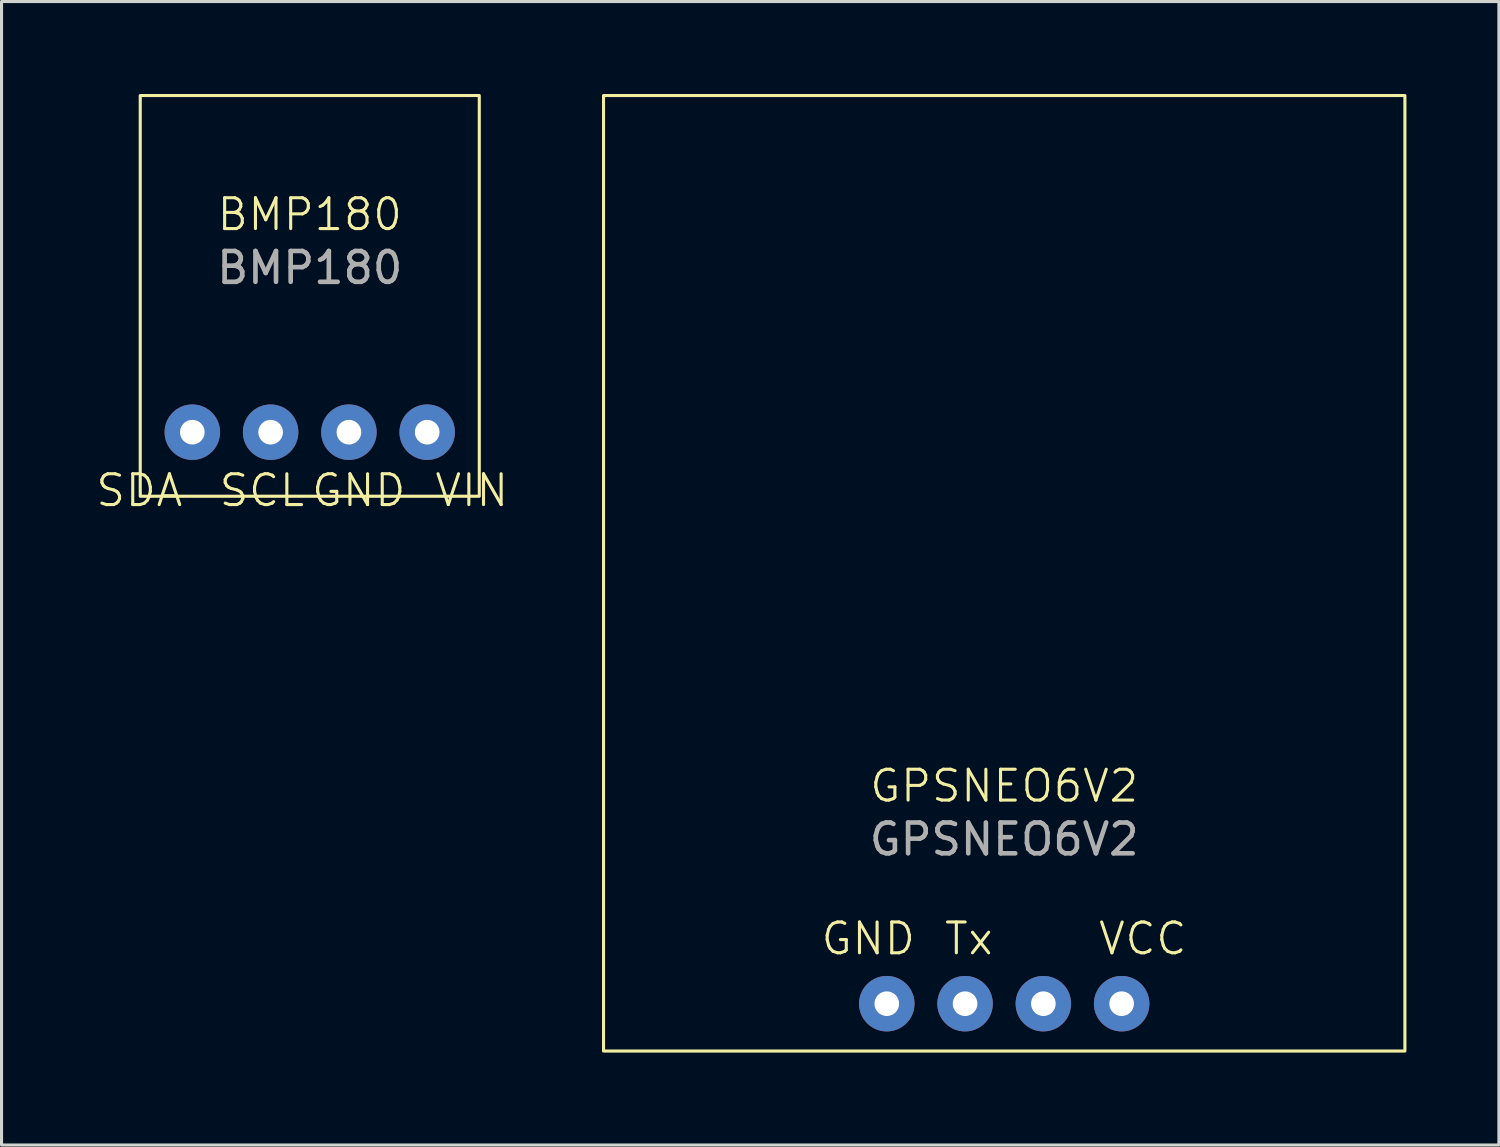
<source format=kicad_pcb>
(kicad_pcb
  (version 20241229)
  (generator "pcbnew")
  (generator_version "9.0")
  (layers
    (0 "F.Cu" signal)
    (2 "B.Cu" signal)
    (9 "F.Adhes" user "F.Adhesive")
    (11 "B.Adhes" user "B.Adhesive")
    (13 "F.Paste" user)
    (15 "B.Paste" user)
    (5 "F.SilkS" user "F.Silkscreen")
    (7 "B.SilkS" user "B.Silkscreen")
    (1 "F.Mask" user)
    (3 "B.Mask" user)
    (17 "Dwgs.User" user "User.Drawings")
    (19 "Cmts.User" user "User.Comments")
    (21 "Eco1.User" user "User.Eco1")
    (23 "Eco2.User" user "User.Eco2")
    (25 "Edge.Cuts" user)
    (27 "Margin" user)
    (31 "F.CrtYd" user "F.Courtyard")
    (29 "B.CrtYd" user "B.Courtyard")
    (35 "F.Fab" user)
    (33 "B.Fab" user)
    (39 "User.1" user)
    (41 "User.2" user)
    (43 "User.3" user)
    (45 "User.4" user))
  (footprint "BMP180"
    (layer "F.Cu")
    (at 7 9.448)
    (property "Reference" "BMP180" (at 0 -5.54 0) (unlocked yes) (layer "F.SilkS") (effects (font (size 1 1) (thickness 0.1))))
    (attr through_hole)
    (fp_rect (start -5.5 -9.398) (end 5.5 3.602) (stroke (width 0.1) (type default)) (fill no) (layer "F.SilkS"))
    (fp_text user "GND" (at 0 4 0) (unlocked yes) (layer "F.SilkS") (effects (font (size 1 1) (thickness 0.1)) (justify left bottom)))
    (fp_text user "SCL" (at -3 4 0) (unlocked yes) (layer "F.SilkS") (effects (font (size 1 1) (thickness 0.1)) (justify left bottom)))
    (fp_text user "SDA" (at -7 4 0) (unlocked yes) (layer "F.SilkS") (effects (font (size 1 1) (thickness 0.1)) (justify left bottom)))
    (fp_text user "VIN" (at 4 4 0) (unlocked yes) (layer "F.SilkS") (effects (font (size 1 1) (thickness 0.1)) (justify left bottom)))
    (fp_text user "${REFERENCE}" (at 0 -3.81 0) (unlocked yes) (layer "F.Fab") (effects (font (size 1 1) (thickness 0.15))))
    (pad "1" thru_hole circle (at -3.81 1.524) (size 1.8 1.8) (drill 0.8) (layers "*.Cu" "*.Mask"))
    (pad "2" thru_hole circle (at -1.27 1.524) (size 1.8 1.8) (drill 0.8) (layers "*.Cu" "*.Mask"))
    (pad "3" thru_hole circle (at 1.27 1.524) (size 1.8 1.8) (drill 0.8) (layers "*.Cu" "*.Mask"))
    (pad "4" thru_hole circle (at 3.81 1.524) (size 1.8 1.8) (drill 0.8) (layers "*.Cu" "*.Mask")))
  (footprint "GPSNEO6V2"
    (layer "F.Cu")
    (at 29.531 27.99)
    (property "Reference" "GPSNEO6V2" (at 0 -5.54 0) (unlocked yes) (layer "F.SilkS") (effects (font (size 1 1) (thickness 0.1))))
    (attr through_hole)
    (fp_rect (start -13 -27.94) (end 13 3.06) (stroke (width 0.1) (type default)) (fill no) (layer "F.SilkS"))
    (fp_text user "VCC" (at 3 0 0) (unlocked yes) (layer "F.SilkS") (effects (font (size 1 1) (thickness 0.1)) (justify left bottom)))
    (fp_text user "Tx" (at -2 0 0) (unlocked yes) (layer "F.SilkS") (effects (font (size 1 1) (thickness 0.1)) (justify left bottom)))
    (fp_text user "GND" (at -6 0 0) (unlocked yes) (layer "F.SilkS") (effects (font (size 1 1) (thickness 0.1)) (justify left bottom)))
    (fp_text user "${REFERENCE}" (at 0 -3.81 0) (unlocked yes) (layer "F.Fab") (effects (font (size 1 1) (thickness 0.15))))
    (pad "1" thru_hole circle (at -3.81 1.524) (size 1.8 1.8) (drill 0.8) (layers "*.Cu" "*.Mask"))
    (pad "2" thru_hole circle (at -1.27 1.524) (size 1.8 1.8) (drill 0.8) (layers "*.Cu" "*.Mask"))
    (pad "3" thru_hole circle (at 1.27 1.524) (size 1.8 1.8) (drill 0.8) (layers "*.Cu" "*.Mask"))
    (pad "4" thru_hole circle (at 3.81 1.524) (size 1.8 1.8) (drill 0.8) (layers "*.Cu" "*.Mask")))
  (gr_rect
    (start -3 -3)
    (end 45.581 34.1)
    (stroke (width 0.1) (type default))
    (fill no)
    (layer "Edge.Cuts")))
</source>
